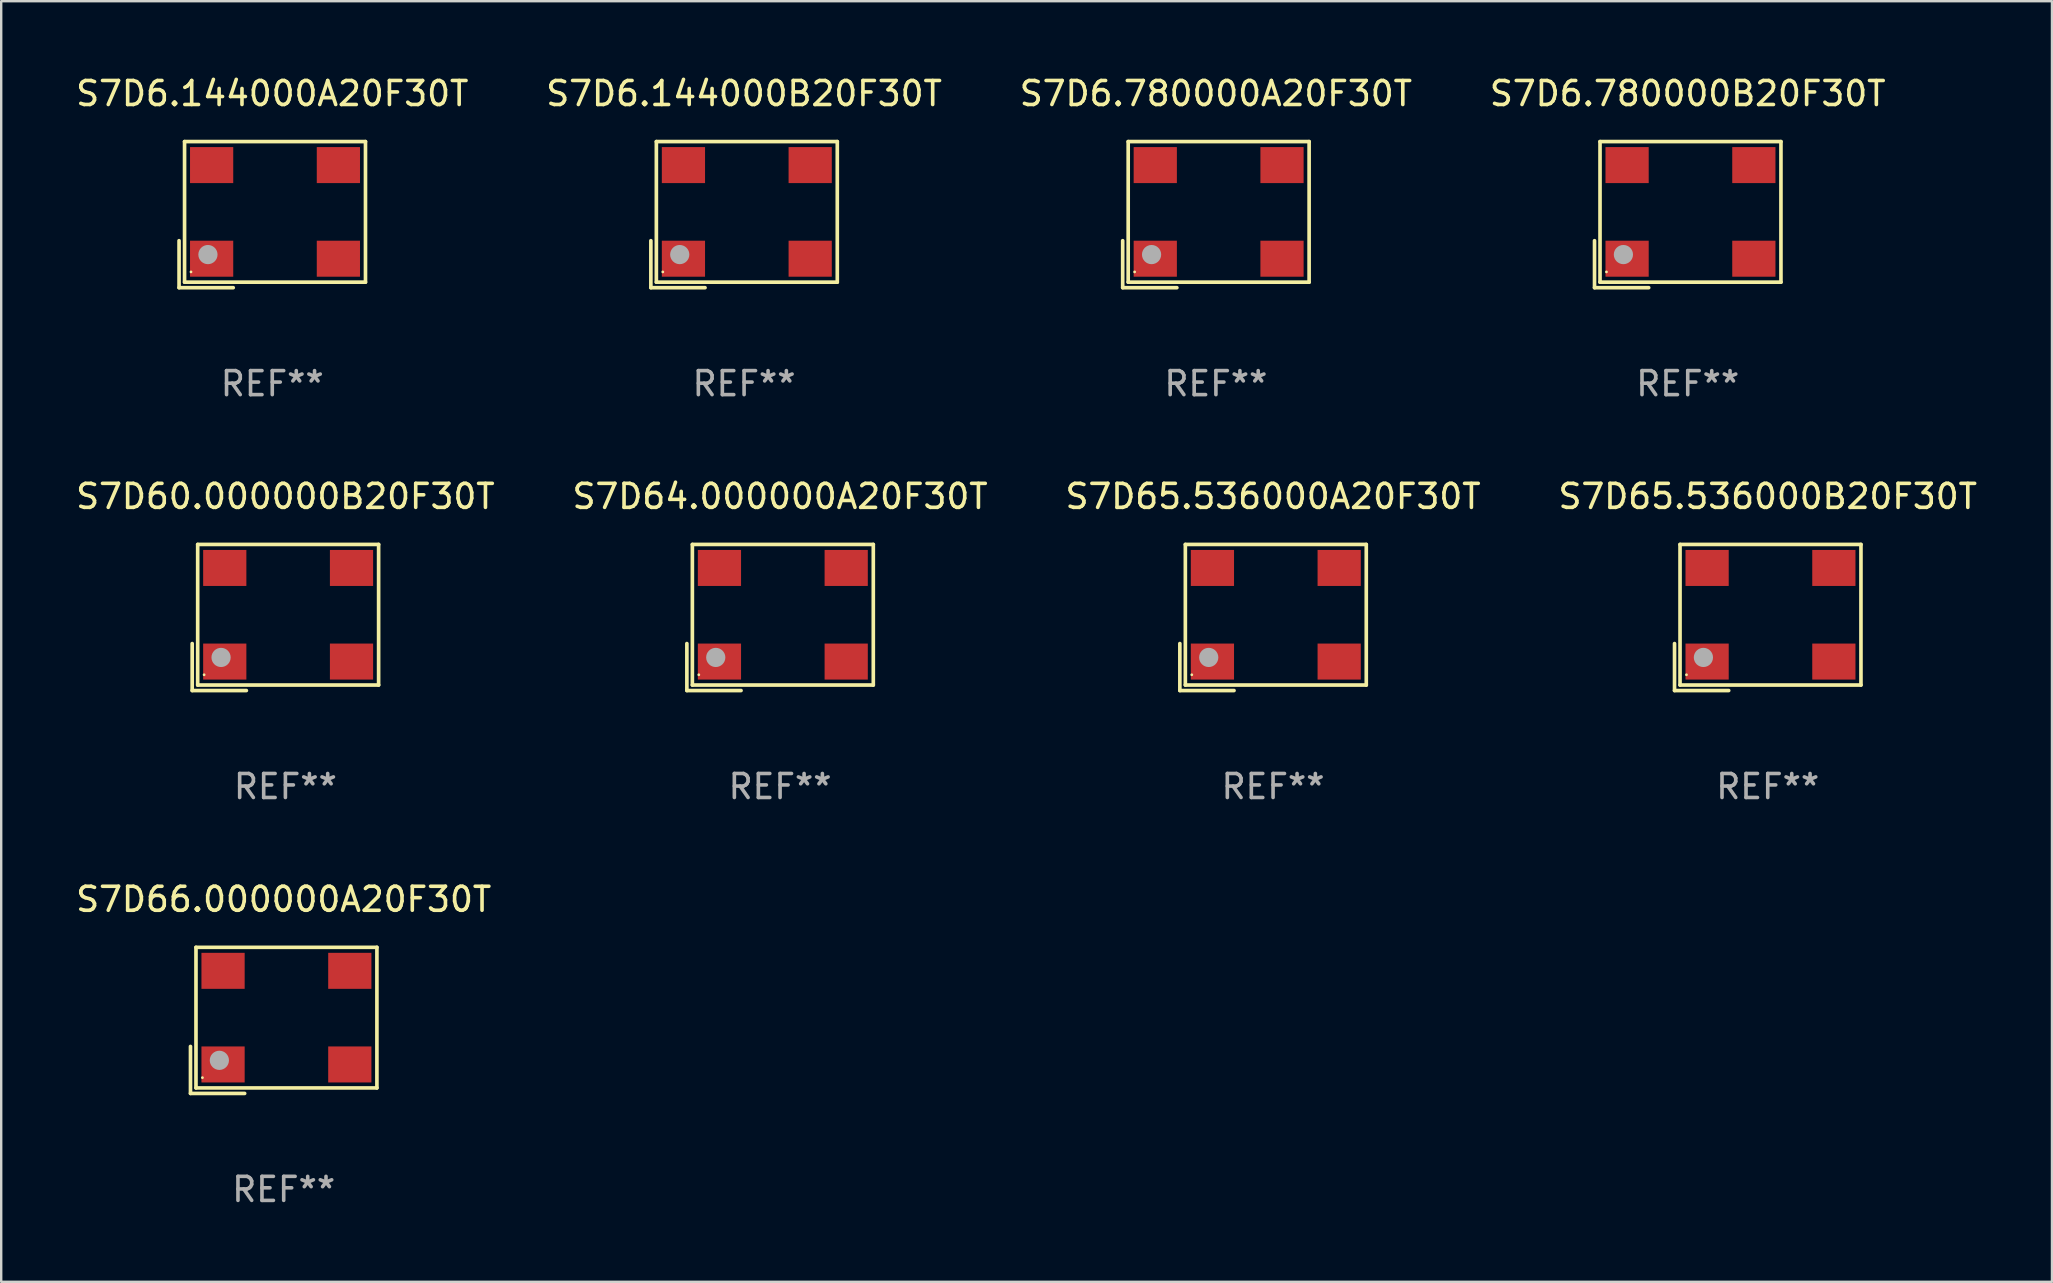
<source format=kicad_pcb>
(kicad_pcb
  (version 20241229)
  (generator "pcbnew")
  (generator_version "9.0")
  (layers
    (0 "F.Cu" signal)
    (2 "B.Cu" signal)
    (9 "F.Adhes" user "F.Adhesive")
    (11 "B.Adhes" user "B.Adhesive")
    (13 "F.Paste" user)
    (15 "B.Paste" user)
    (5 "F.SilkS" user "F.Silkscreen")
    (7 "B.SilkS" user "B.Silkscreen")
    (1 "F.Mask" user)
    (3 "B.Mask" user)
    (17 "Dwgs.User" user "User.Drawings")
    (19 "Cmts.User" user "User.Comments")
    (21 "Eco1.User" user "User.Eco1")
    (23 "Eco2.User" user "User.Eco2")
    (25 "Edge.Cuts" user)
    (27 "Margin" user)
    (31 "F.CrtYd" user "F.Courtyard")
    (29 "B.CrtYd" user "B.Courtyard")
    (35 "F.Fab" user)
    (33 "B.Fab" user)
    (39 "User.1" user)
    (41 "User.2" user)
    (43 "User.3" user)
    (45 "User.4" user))
  (footprint "S7D6.780000B20F30T"
    (layer "F.Cu")
    (at 67.256 5.891)
    (property "Reference" "S7D6.780000B20F30T" (at 0 -5.043 0) (layer "F.SilkS") (effects (font (size 1 1) (thickness 0.15))))
    (attr through_hole)
    (fp_line (start -3.883 1.086) (end -3.883 3.043) (stroke (width 0.152) (type solid)) (layer "F.SilkS"))
    (fp_line (start -3.883 3.043) (end -1.626 3.043) (stroke (width 0.152) (type solid)) (layer "F.SilkS"))
    (fp_line (start -3.654 -3.043) (end 3.883 -3.043) (stroke (width 0.152) (type solid)) (layer "F.SilkS"))
    (fp_line (start -3.654 2.814) (end -3.654 -3.043) (stroke (width 0.152) (type solid)) (layer "F.SilkS"))
    (fp_line (start 3.883 -3.043) (end 3.883 2.814) (stroke (width 0.152) (type solid)) (layer "F.SilkS"))
    (fp_line (start 3.883 2.814) (end -3.654 2.814) (stroke (width 0.152) (type solid)) (layer "F.SilkS"))
    (fp_circle (center -3.386 2.386) (end -3.356 2.386) (stroke (width 0.06) (type solid)) (fill no) (layer "F.SilkS"))
    (fp_circle (center -2.68 1.664) (end -2.48 1.664) (stroke (width 0.4) (type solid)) (fill no) (layer "F.Fab"))
    (fp_text user "REF**" (at 0 7.043 0) (layer "F.Fab") (effects (font (size 1 1) (thickness 0.15))))
    (pad "1" smd rect (at -2.526 1.836) (size 1.8 1.5) (layers "F.Cu" "F.Mask" "F.Paste"))
    (pad "2" smd rect (at 2.754 1.836) (size 1.8 1.5) (layers "F.Cu" "F.Mask" "F.Paste"))
    (pad "3" smd rect (at 2.754 -2.064) (size 1.8 1.5) (layers "F.Cu" "F.Mask" "F.Paste"))
    (pad "4" smd rect (at -2.526 -2.064) (size 1.8 1.5) (layers "F.Cu" "F.Mask" "F.Paste")))
  (footprint "S7D60.000000B20F30T"
    (layer "F.Cu")
    (at 8.839 22.673)
    (property "Reference" "S7D60.000000B20F30T" (at 0 -5.043 0) (layer "F.SilkS") (effects (font (size 1 1) (thickness 0.15))))
    (attr through_hole)
    (fp_line (start -3.883 1.086) (end -3.883 3.043) (stroke (width 0.152) (type solid)) (layer "F.SilkS"))
    (fp_line (start -3.883 3.043) (end -1.626 3.043) (stroke (width 0.152) (type solid)) (layer "F.SilkS"))
    (fp_line (start -3.654 -3.043) (end 3.883 -3.043) (stroke (width 0.152) (type solid)) (layer "F.SilkS"))
    (fp_line (start -3.654 2.814) (end -3.654 -3.043) (stroke (width 0.152) (type solid)) (layer "F.SilkS"))
    (fp_line (start 3.883 -3.043) (end 3.883 2.814) (stroke (width 0.152) (type solid)) (layer "F.SilkS"))
    (fp_line (start 3.883 2.814) (end -3.654 2.814) (stroke (width 0.152) (type solid)) (layer "F.SilkS"))
    (fp_circle (center -3.386 2.386) (end -3.356 2.386) (stroke (width 0.06) (type solid)) (fill no) (layer "F.SilkS"))
    (fp_circle (center -2.68 1.664) (end -2.48 1.664) (stroke (width 0.4) (type solid)) (fill no) (layer "F.Fab"))
    (fp_text user "REF**" (at 0 7.043 0) (layer "F.Fab") (effects (font (size 1 1) (thickness 0.15))))
    (pad "1" smd rect (at -2.526 1.836) (size 1.8 1.5) (layers "F.Cu" "F.Mask" "F.Paste"))
    (pad "2" smd rect (at 2.754 1.836) (size 1.8 1.5) (layers "F.Cu" "F.Mask" "F.Paste"))
    (pad "3" smd rect (at 2.754 -2.064) (size 1.8 1.5) (layers "F.Cu" "F.Mask" "F.Paste"))
    (pad "4" smd rect (at -2.526 -2.064) (size 1.8 1.5) (layers "F.Cu" "F.Mask" "F.Paste")))
  (footprint "S7D6.144000A20F30T"
    (layer "F.Cu")
    (at 8.292 5.891)
    (property "Reference" "S7D6.144000A20F30T" (at 0 -5.043 0) (layer "F.SilkS") (effects (font (size 1 1) (thickness 0.15))))
    (attr through_hole)
    (fp_line (start -3.883 1.086) (end -3.883 3.043) (stroke (width 0.152) (type solid)) (layer "F.SilkS"))
    (fp_line (start -3.883 3.043) (end -1.626 3.043) (stroke (width 0.152) (type solid)) (layer "F.SilkS"))
    (fp_line (start -3.654 -3.043) (end 3.883 -3.043) (stroke (width 0.152) (type solid)) (layer "F.SilkS"))
    (fp_line (start -3.654 2.814) (end -3.654 -3.043) (stroke (width 0.152) (type solid)) (layer "F.SilkS"))
    (fp_line (start 3.883 -3.043) (end 3.883 2.814) (stroke (width 0.152) (type solid)) (layer "F.SilkS"))
    (fp_line (start 3.883 2.814) (end -3.654 2.814) (stroke (width 0.152) (type solid)) (layer "F.SilkS"))
    (fp_circle (center -3.386 2.386) (end -3.356 2.386) (stroke (width 0.06) (type solid)) (fill no) (layer "F.SilkS"))
    (fp_circle (center -2.68 1.664) (end -2.48 1.664) (stroke (width 0.4) (type solid)) (fill no) (layer "F.Fab"))
    (fp_text user "REF**" (at 0 7.043 0) (layer "F.Fab") (effects (font (size 1 1) (thickness 0.15))))
    (pad "1" smd rect (at -2.526 1.836) (size 1.8 1.5) (layers "F.Cu" "F.Mask" "F.Paste"))
    (pad "2" smd rect (at 2.754 1.836) (size 1.8 1.5) (layers "F.Cu" "F.Mask" "F.Paste"))
    (pad "3" smd rect (at 2.754 -2.064) (size 1.8 1.5) (layers "F.Cu" "F.Mask" "F.Paste"))
    (pad "4" smd rect (at -2.526 -2.064) (size 1.8 1.5) (layers "F.Cu" "F.Mask" "F.Paste")))
  (footprint "S7D6.780000A20F30T"
    (layer "F.Cu")
    (at 47.601 5.891)
    (property "Reference" "S7D6.780000A20F30T" (at 0 -5.043 0) (layer "F.SilkS") (effects (font (size 1 1) (thickness 0.15))))
    (attr through_hole)
    (fp_line (start -3.883 1.086) (end -3.883 3.043) (stroke (width 0.152) (type solid)) (layer "F.SilkS"))
    (fp_line (start -3.883 3.043) (end -1.626 3.043) (stroke (width 0.152) (type solid)) (layer "F.SilkS"))
    (fp_line (start -3.654 -3.043) (end 3.883 -3.043) (stroke (width 0.152) (type solid)) (layer "F.SilkS"))
    (fp_line (start -3.654 2.814) (end -3.654 -3.043) (stroke (width 0.152) (type solid)) (layer "F.SilkS"))
    (fp_line (start 3.883 -3.043) (end 3.883 2.814) (stroke (width 0.152) (type solid)) (layer "F.SilkS"))
    (fp_line (start 3.883 2.814) (end -3.654 2.814) (stroke (width 0.152) (type solid)) (layer "F.SilkS"))
    (fp_circle (center -3.386 2.386) (end -3.356 2.386) (stroke (width 0.06) (type solid)) (fill no) (layer "F.SilkS"))
    (fp_circle (center -2.68 1.664) (end -2.48 1.664) (stroke (width 0.4) (type solid)) (fill no) (layer "F.Fab"))
    (fp_text user "REF**" (at 0 7.043 0) (layer "F.Fab") (effects (font (size 1 1) (thickness 0.15))))
    (pad "1" smd rect (at -2.526 1.836) (size 1.8 1.5) (layers "F.Cu" "F.Mask" "F.Paste"))
    (pad "2" smd rect (at 2.754 1.836) (size 1.8 1.5) (layers "F.Cu" "F.Mask" "F.Paste"))
    (pad "3" smd rect (at 2.754 -2.064) (size 1.8 1.5) (layers "F.Cu" "F.Mask" "F.Paste"))
    (pad "4" smd rect (at -2.526 -2.064) (size 1.8 1.5) (layers "F.Cu" "F.Mask" "F.Paste")))
  (footprint "S7D64.000000A20F30T"
    (layer "F.Cu")
    (at 29.446 22.673)
    (property "Reference" "S7D64.000000A20F30T" (at 0 -5.043 0) (layer "F.SilkS") (effects (font (size 1 1) (thickness 0.15))))
    (attr through_hole)
    (fp_line (start -3.883 1.086) (end -3.883 3.043) (stroke (width 0.152) (type solid)) (layer "F.SilkS"))
    (fp_line (start -3.883 3.043) (end -1.626 3.043) (stroke (width 0.152) (type solid)) (layer "F.SilkS"))
    (fp_line (start -3.654 -3.043) (end 3.883 -3.043) (stroke (width 0.152) (type solid)) (layer "F.SilkS"))
    (fp_line (start -3.654 2.814) (end -3.654 -3.043) (stroke (width 0.152) (type solid)) (layer "F.SilkS"))
    (fp_line (start 3.883 -3.043) (end 3.883 2.814) (stroke (width 0.152) (type solid)) (layer "F.SilkS"))
    (fp_line (start 3.883 2.814) (end -3.654 2.814) (stroke (width 0.152) (type solid)) (layer "F.SilkS"))
    (fp_circle (center -3.386 2.386) (end -3.356 2.386) (stroke (width 0.06) (type solid)) (fill no) (layer "F.SilkS"))
    (fp_circle (center -2.68 1.664) (end -2.48 1.664) (stroke (width 0.4) (type solid)) (fill no) (layer "F.Fab"))
    (fp_text user "REF**" (at 0 7.043 0) (layer "F.Fab") (effects (font (size 1 1) (thickness 0.15))))
    (pad "1" smd rect (at -2.526 1.836) (size 1.8 1.5) (layers "F.Cu" "F.Mask" "F.Paste"))
    (pad "2" smd rect (at 2.754 1.836) (size 1.8 1.5) (layers "F.Cu" "F.Mask" "F.Paste"))
    (pad "3" smd rect (at 2.754 -2.064) (size 1.8 1.5) (layers "F.Cu" "F.Mask" "F.Paste"))
    (pad "4" smd rect (at -2.526 -2.064) (size 1.8 1.5) (layers "F.Cu" "F.Mask" "F.Paste")))
  (footprint "S7D6.144000B20F30T"
    (layer "F.Cu")
    (at 27.946 5.891)
    (property "Reference" "S7D6.144000B20F30T" (at 0 -5.043 0) (layer "F.SilkS") (effects (font (size 1 1) (thickness 0.15))))
    (attr through_hole)
    (fp_line (start -3.883 1.086) (end -3.883 3.043) (stroke (width 0.152) (type solid)) (layer "F.SilkS"))
    (fp_line (start -3.883 3.043) (end -1.626 3.043) (stroke (width 0.152) (type solid)) (layer "F.SilkS"))
    (fp_line (start -3.654 -3.043) (end 3.883 -3.043) (stroke (width 0.152) (type solid)) (layer "F.SilkS"))
    (fp_line (start -3.654 2.814) (end -3.654 -3.043) (stroke (width 0.152) (type solid)) (layer "F.SilkS"))
    (fp_line (start 3.883 -3.043) (end 3.883 2.814) (stroke (width 0.152) (type solid)) (layer "F.SilkS"))
    (fp_line (start 3.883 2.814) (end -3.654 2.814) (stroke (width 0.152) (type solid)) (layer "F.SilkS"))
    (fp_circle (center -3.386 2.386) (end -3.356 2.386) (stroke (width 0.06) (type solid)) (fill no) (layer "F.SilkS"))
    (fp_circle (center -2.68 1.664) (end -2.48 1.664) (stroke (width 0.4) (type solid)) (fill no) (layer "F.Fab"))
    (fp_text user "REF**" (at 0 7.043 0) (layer "F.Fab") (effects (font (size 1 1) (thickness 0.15))))
    (pad "1" smd rect (at -2.526 1.836) (size 1.8 1.5) (layers "F.Cu" "F.Mask" "F.Paste"))
    (pad "2" smd rect (at 2.754 1.836) (size 1.8 1.5) (layers "F.Cu" "F.Mask" "F.Paste"))
    (pad "3" smd rect (at 2.754 -2.064) (size 1.8 1.5) (layers "F.Cu" "F.Mask" "F.Paste"))
    (pad "4" smd rect (at -2.526 -2.064) (size 1.8 1.5) (layers "F.Cu" "F.Mask" "F.Paste")))
  (footprint "S7D66.000000A20F30T"
    (layer "F.Cu")
    (at 8.768 39.456)
    (property "Reference" "S7D66.000000A20F30T" (at 0 -5.043 0) (layer "F.SilkS") (effects (font (size 1 1) (thickness 0.15))))
    (attr through_hole)
    (fp_line (start -3.883 1.086) (end -3.883 3.043) (stroke (width 0.152) (type solid)) (layer "F.SilkS"))
    (fp_line (start -3.883 3.043) (end -1.626 3.043) (stroke (width 0.152) (type solid)) (layer "F.SilkS"))
    (fp_line (start -3.654 -3.043) (end 3.883 -3.043) (stroke (width 0.152) (type solid)) (layer "F.SilkS"))
    (fp_line (start -3.654 2.814) (end -3.654 -3.043) (stroke (width 0.152) (type solid)) (layer "F.SilkS"))
    (fp_line (start 3.883 -3.043) (end 3.883 2.814) (stroke (width 0.152) (type solid)) (layer "F.SilkS"))
    (fp_line (start 3.883 2.814) (end -3.654 2.814) (stroke (width 0.152) (type solid)) (layer "F.SilkS"))
    (fp_circle (center -3.386 2.386) (end -3.356 2.386) (stroke (width 0.06) (type solid)) (fill no) (layer "F.SilkS"))
    (fp_circle (center -2.68 1.664) (end -2.48 1.664) (stroke (width 0.4) (type solid)) (fill no) (layer "F.Fab"))
    (fp_text user "REF**" (at 0 7.043 0) (layer "F.Fab") (effects (font (size 1 1) (thickness 0.15))))
    (pad "1" smd rect (at -2.526 1.836) (size 1.8 1.5) (layers "F.Cu" "F.Mask" "F.Paste"))
    (pad "2" smd rect (at 2.754 1.836) (size 1.8 1.5) (layers "F.Cu" "F.Mask" "F.Paste"))
    (pad "3" smd rect (at 2.754 -2.064) (size 1.8 1.5) (layers "F.Cu" "F.Mask" "F.Paste"))
    (pad "4" smd rect (at -2.526 -2.064) (size 1.8 1.5) (layers "F.Cu" "F.Mask" "F.Paste")))
  (footprint "S7D65.536000B20F30T"
    (layer "F.Cu")
    (at 70.589 22.673)
    (property "Reference" "S7D65.536000B20F30T" (at 0 -5.043 0) (layer "F.SilkS") (effects (font (size 1 1) (thickness 0.15))))
    (attr through_hole)
    (fp_line (start -3.883 1.086) (end -3.883 3.043) (stroke (width 0.152) (type solid)) (layer "F.SilkS"))
    (fp_line (start -3.883 3.043) (end -1.626 3.043) (stroke (width 0.152) (type solid)) (layer "F.SilkS"))
    (fp_line (start -3.654 -3.043) (end 3.883 -3.043) (stroke (width 0.152) (type solid)) (layer "F.SilkS"))
    (fp_line (start -3.654 2.814) (end -3.654 -3.043) (stroke (width 0.152) (type solid)) (layer "F.SilkS"))
    (fp_line (start 3.883 -3.043) (end 3.883 2.814) (stroke (width 0.152) (type solid)) (layer "F.SilkS"))
    (fp_line (start 3.883 2.814) (end -3.654 2.814) (stroke (width 0.152) (type solid)) (layer "F.SilkS"))
    (fp_circle (center -3.386 2.386) (end -3.356 2.386) (stroke (width 0.06) (type solid)) (fill no) (layer "F.SilkS"))
    (fp_circle (center -2.68 1.664) (end -2.48 1.664) (stroke (width 0.4) (type solid)) (fill no) (layer "F.Fab"))
    (fp_text user "REF**" (at 0 7.043 0) (layer "F.Fab") (effects (font (size 1 1) (thickness 0.15))))
    (pad "1" smd rect (at -2.526 1.836) (size 1.8 1.5) (layers "F.Cu" "F.Mask" "F.Paste"))
    (pad "2" smd rect (at 2.754 1.836) (size 1.8 1.5) (layers "F.Cu" "F.Mask" "F.Paste"))
    (pad "3" smd rect (at 2.754 -2.064) (size 1.8 1.5) (layers "F.Cu" "F.Mask" "F.Paste"))
    (pad "4" smd rect (at -2.526 -2.064) (size 1.8 1.5) (layers "F.Cu" "F.Mask" "F.Paste")))
  (footprint "S7D65.536000A20F30T"
    (layer "F.Cu")
    (at 49.982 22.673)
    (property "Reference" "S7D65.536000A20F30T" (at 0 -5.043 0) (layer "F.SilkS") (effects (font (size 1 1) (thickness 0.15))))
    (attr through_hole)
    (fp_line (start -3.883 1.086) (end -3.883 3.043) (stroke (width 0.152) (type solid)) (layer "F.SilkS"))
    (fp_line (start -3.883 3.043) (end -1.626 3.043) (stroke (width 0.152) (type solid)) (layer "F.SilkS"))
    (fp_line (start -3.654 -3.043) (end 3.883 -3.043) (stroke (width 0.152) (type solid)) (layer "F.SilkS"))
    (fp_line (start -3.654 2.814) (end -3.654 -3.043) (stroke (width 0.152) (type solid)) (layer "F.SilkS"))
    (fp_line (start 3.883 -3.043) (end 3.883 2.814) (stroke (width 0.152) (type solid)) (layer "F.SilkS"))
    (fp_line (start 3.883 2.814) (end -3.654 2.814) (stroke (width 0.152) (type solid)) (layer "F.SilkS"))
    (fp_circle (center -3.386 2.386) (end -3.356 2.386) (stroke (width 0.06) (type solid)) (fill no) (layer "F.SilkS"))
    (fp_circle (center -2.68 1.664) (end -2.48 1.664) (stroke (width 0.4) (type solid)) (fill no) (layer "F.Fab"))
    (fp_text user "REF**" (at 0 7.043 0) (layer "F.Fab") (effects (font (size 1 1) (thickness 0.15))))
    (pad "1" smd rect (at -2.526 1.836) (size 1.8 1.5) (layers "F.Cu" "F.Mask" "F.Paste"))
    (pad "2" smd rect (at 2.754 1.836) (size 1.8 1.5) (layers "F.Cu" "F.Mask" "F.Paste"))
    (pad "3" smd rect (at 2.754 -2.064) (size 1.8 1.5) (layers "F.Cu" "F.Mask" "F.Paste"))
    (pad "4" smd rect (at -2.526 -2.064) (size 1.8 1.5) (layers "F.Cu" "F.Mask" "F.Paste")))
  (gr_rect
    (start -3 -3)
    (end 82.429 50.347)
    (stroke (width 0.1) (type default))
    (fill no)
    (layer "Edge.Cuts")))
</source>
